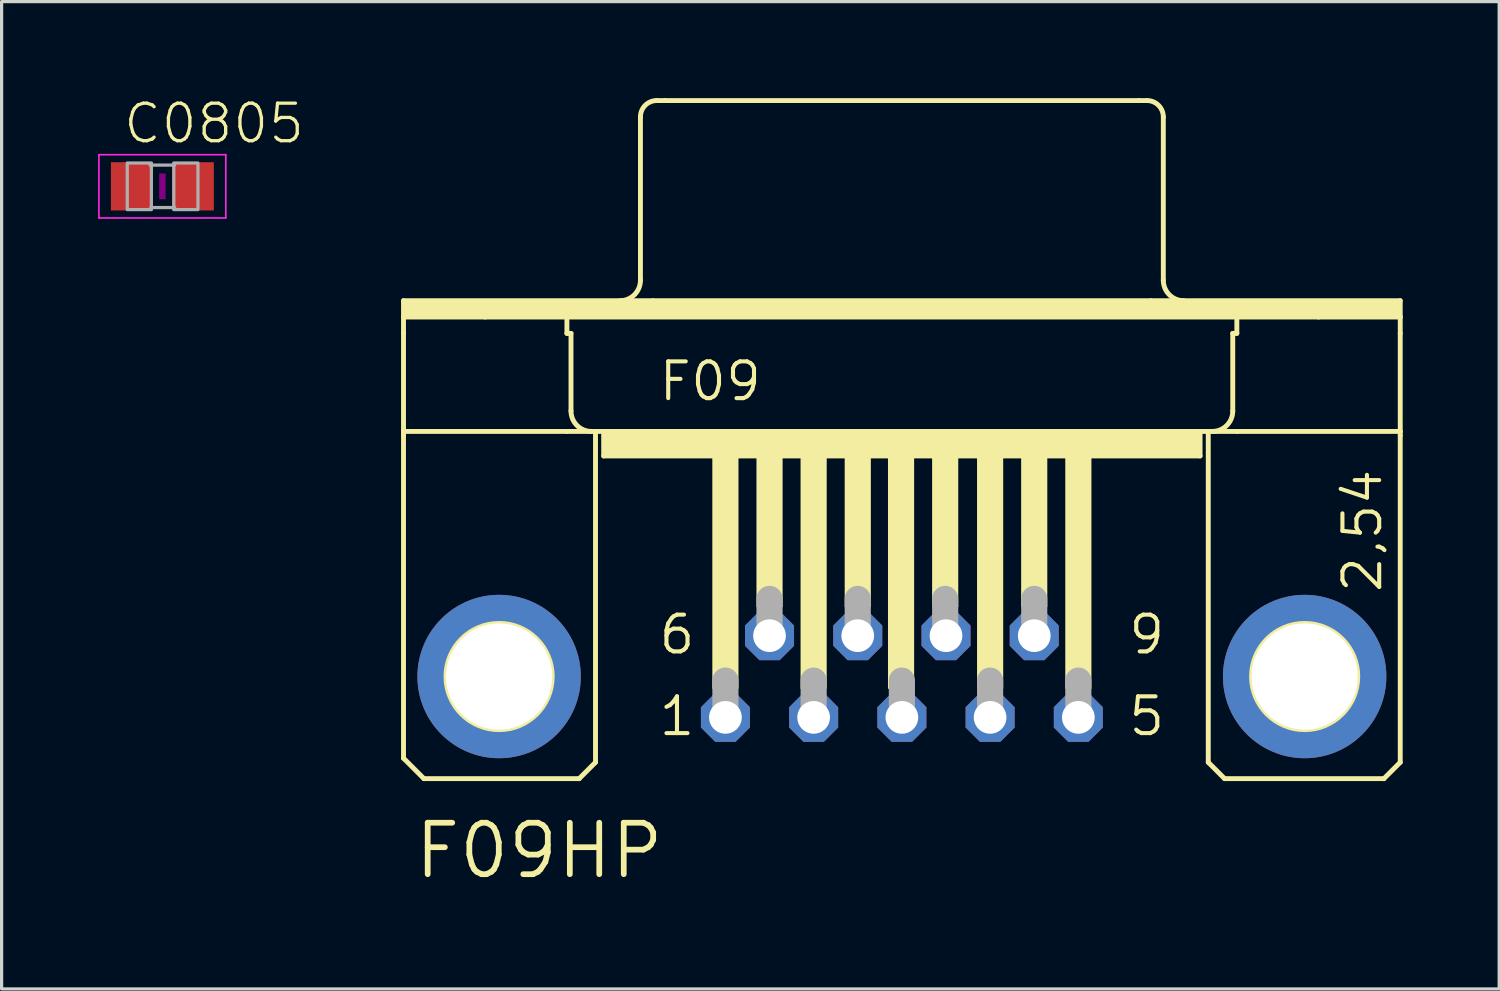
<source format=kicad_pcb>
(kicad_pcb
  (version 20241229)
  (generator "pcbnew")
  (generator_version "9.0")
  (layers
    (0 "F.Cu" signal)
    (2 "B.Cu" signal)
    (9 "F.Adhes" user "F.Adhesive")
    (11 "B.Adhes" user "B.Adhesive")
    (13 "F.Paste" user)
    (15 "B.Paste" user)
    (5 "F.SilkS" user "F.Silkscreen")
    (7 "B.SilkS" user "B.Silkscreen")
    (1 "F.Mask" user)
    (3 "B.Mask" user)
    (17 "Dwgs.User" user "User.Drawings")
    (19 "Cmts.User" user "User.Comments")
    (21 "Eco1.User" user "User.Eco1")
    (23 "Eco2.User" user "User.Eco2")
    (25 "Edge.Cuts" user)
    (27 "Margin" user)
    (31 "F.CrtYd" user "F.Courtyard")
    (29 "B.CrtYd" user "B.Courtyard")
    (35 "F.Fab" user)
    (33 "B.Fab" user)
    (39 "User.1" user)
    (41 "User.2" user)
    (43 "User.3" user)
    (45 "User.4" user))
  (footprint "F09HP"
    (layer "F.Cu")
    (at 24.989 17.983)
    (property "Reference" "F09HP" (at -15.24 6.35 0) (unlocked yes) (layer "F.SilkS") (effects (font (size 1.6 1.6) (thickness 0.178)) (justify left bottom)))
    (fp_line (start -15.494 -11.684) (end -7.747 -11.684) (stroke (width 0.152) (type solid)) (layer "F.SilkS"))
    (fp_line (start -15.494 -11.176) (end -15.494 -11.684) (stroke (width 0.152) (type solid)) (layer "F.SilkS"))
    (fp_line (start -15.494 -11.176) (end -12.954 -11.176) (stroke (width 0.152) (type solid)) (layer "F.SilkS"))
    (fp_line (start -15.494 -10.668) (end -15.494 -11.176) (stroke (width 0.152) (type solid)) (layer "F.SilkS"))
    (fp_line (start -15.494 -7.62) (end -15.494 -10.668) (stroke (width 0.152) (type solid)) (layer "F.SilkS"))
    (fp_line (start -15.494 -7.62) (end -15.494 -7.493) (stroke (width 0.152) (type solid)) (layer "F.SilkS"))
    (fp_line (start -15.494 -7.62) (end -10.414 -7.62) (stroke (width 0.152) (type solid)) (layer "F.SilkS"))
    (fp_line (start -15.494 2.54) (end -15.494 -7.493) (stroke (width 0.152) (type solid)) (layer "F.SilkS"))
    (fp_line (start -14.859 3.175) (end -15.494 2.54) (stroke (width 0.152) (type solid)) (layer "F.SilkS"))
    (fp_line (start -12.954 -11.176) (end -10.414 -11.176) (stroke (width 0.152) (type solid)) (layer "F.SilkS"))
    (fp_line (start -10.414 -11.176) (end 10.414 -11.176) (stroke (width 0.152) (type solid)) (layer "F.SilkS"))
    (fp_line (start -10.414 -10.668) (end -10.414 -11.176) (stroke (width 0.152) (type solid)) (layer "F.SilkS"))
    (fp_line (start -10.414 -10.668) (end -10.287 -10.668) (stroke (width 0.152) (type solid)) (layer "F.SilkS"))
    (fp_line (start -10.414 -7.62) (end -9.525 -7.62) (stroke (width 0.152) (type solid)) (layer "F.SilkS"))
    (fp_line (start -10.287 -8.255) (end -10.287 -10.668) (stroke (width 0.152) (type solid)) (layer "F.SilkS"))
    (fp_line (start -10.033 3.175) (end -14.859 3.175) (stroke (width 0.152) (type solid)) (layer "F.SilkS"))
    (fp_line (start -10.033 3.175) (end -9.525 2.667) (stroke (width 0.152) (type solid)) (layer "F.SilkS"))
    (fp_line (start -9.525 -7.62) (end -9.271 -7.62) (stroke (width 0.152) (type solid)) (layer "F.SilkS"))
    (fp_line (start -9.525 2.667) (end -9.525 -7.62) (stroke (width 0.152) (type solid)) (layer "F.SilkS"))
    (fp_line (start -9.271 -7.62) (end -9.271 -6.858) (stroke (width 0.152) (type solid)) (layer "F.SilkS"))
    (fp_line (start -9.271 -7.62) (end 9.271 -7.62) (stroke (width 0.152) (type solid)) (layer "F.SilkS"))
    (fp_line (start -9.271 -6.858) (end 9.271 -6.858) (stroke (width 0.152) (type solid)) (layer "F.SilkS"))
    (fp_line (start -8.128 -12.319) (end -8.128 -17.399) (stroke (width 0.152) (type solid)) (layer "F.SilkS"))
    (fp_line (start -7.747 -11.684) (end 7.747 -11.684) (stroke (width 0.152) (type solid)) (layer "F.SilkS"))
    (fp_line (start -7.62 -17.907) (end -7.366 -17.907) (stroke (width 0.152) (type solid)) (layer "F.SilkS"))
    (fp_line (start -7.366 -17.907) (end 7.366 -17.907) (stroke (width 0.152) (type solid)) (layer "F.SilkS"))
    (fp_line (start 7.366 -17.907) (end 7.62 -17.907) (stroke (width 0.152) (type solid)) (layer "F.SilkS"))
    (fp_line (start 7.747 -11.684) (end 15.494 -11.684) (stroke (width 0.152) (type solid)) (layer "F.SilkS"))
    (fp_line (start 8.128 -12.319) (end 8.128 -17.399) (stroke (width 0.152) (type solid)) (layer "F.SilkS"))
    (fp_line (start 9.271 -7.62) (end 9.271 -6.858) (stroke (width 0.152) (type solid)) (layer "F.SilkS"))
    (fp_line (start 9.271 -7.62) (end 9.525 -7.62) (stroke (width 0.152) (type solid)) (layer "F.SilkS"))
    (fp_line (start 9.525 -7.62) (end 10.414 -7.62) (stroke (width 0.152) (type solid)) (layer "F.SilkS"))
    (fp_line (start 9.525 2.667) (end 9.525 -7.62) (stroke (width 0.152) (type solid)) (layer "F.SilkS"))
    (fp_line (start 9.525 2.667) (end 10.033 3.175) (stroke (width 0.152) (type solid)) (layer "F.SilkS"))
    (fp_line (start 10.033 3.175) (end 14.986 3.175) (stroke (width 0.152) (type solid)) (layer "F.SilkS"))
    (fp_line (start 10.287 -10.668) (end 10.414 -10.668) (stroke (width 0.152) (type solid)) (layer "F.SilkS"))
    (fp_line (start 10.287 -8.255) (end 10.287 -10.668) (stroke (width 0.152) (type solid)) (layer "F.SilkS"))
    (fp_line (start 10.414 -11.176) (end 12.954 -11.176) (stroke (width 0.152) (type solid)) (layer "F.SilkS"))
    (fp_line (start 10.414 -10.668) (end 10.414 -11.176) (stroke (width 0.152) (type solid)) (layer "F.SilkS"))
    (fp_line (start 10.414 -7.62) (end 15.494 -7.62) (stroke (width 0.152) (type solid)) (layer "F.SilkS"))
    (fp_line (start 12.954 -11.176) (end 15.494 -11.176) (stroke (width 0.152) (type solid)) (layer "F.SilkS"))
    (fp_line (start 14.986 3.175) (end 15.494 2.667) (stroke (width 0.152) (type solid)) (layer "F.SilkS"))
    (fp_line (start 15.494 -11.684) (end 15.494 -11.176) (stroke (width 0.152) (type solid)) (layer "F.SilkS"))
    (fp_line (start 15.494 -11.176) (end 15.494 -10.668) (stroke (width 0.152) (type solid)) (layer "F.SilkS"))
    (fp_line (start 15.494 -10.668) (end 15.494 -7.62) (stroke (width 0.152) (type solid)) (layer "F.SilkS"))
    (fp_line (start 15.494 -7.62) (end 15.494 -7.493) (stroke (width 0.152) (type solid)) (layer "F.SilkS"))
    (fp_line (start 15.494 2.667) (end 15.494 -7.493) (stroke (width 0.152) (type solid)) (layer "F.SilkS"))
    (fp_arc (start -9.652 -7.62) (mid -10.101013 -7.805987) (end -10.287 -8.255) (stroke (width 0.1524) (type solid)) (layer "F.SilkS"))
    (fp_arc (start -8.128 -17.399) (mid -7.97921 -17.75821) (end -7.62 -17.907) (stroke (width 0.1524) (type solid)) (layer "F.SilkS"))
    (fp_arc (start -8.128 -12.319) (mid -8.313987 -11.869987) (end -8.763 -11.684) (stroke (width 0.1524) (type solid)) (layer "F.SilkS"))
    (fp_arc (start 7.62 -17.907) (mid 7.97921 -17.75821) (end 8.128 -17.399) (stroke (width 0.1524) (type solid)) (layer "F.SilkS"))
    (fp_arc (start 8.763 -11.684) (mid 8.313987 -11.869987) (end 8.128 -12.319) (stroke (width 0.1524) (type solid)) (layer "F.SilkS"))
    (fp_arc (start 10.287 -8.255) (mid 10.101013 -7.805987) (end 9.652 -7.62) (stroke (width 0.1524) (type solid)) (layer "F.SilkS"))
    (fp_circle (center -12.522 0) (end -10.871 0) (stroke (width 0.152) (type solid)) (fill no) (layer "F.SilkS"))
    (fp_circle (center 12.522 0) (end 14.173 0) (stroke (width 0.152) (type solid)) (fill no) (layer "F.SilkS"))
    (fp_poly (pts (xy -15.494 -11.176) (xy 15.494 -11.176) (xy 15.494 -11.684) (xy -15.494 -11.684)) (stroke (width 0) (type default)) (fill yes) (layer "F.SilkS"))
    (fp_poly (pts (xy -9.271 -6.858) (xy 9.271 -6.858) (xy 9.271 -7.62) (xy -9.271 -7.62)) (stroke (width 0) (type default)) (fill yes) (layer "F.SilkS"))
    (fp_poly (pts (xy -5.893 0.381) (xy -5.08 0.381) (xy -5.08 -6.858) (xy -5.893 -6.858)) (stroke (width 0) (type default)) (fill yes) (layer "F.SilkS"))
    (fp_poly (pts (xy -4.521 -2.159) (xy -3.708 -2.159) (xy -3.708 -6.858) (xy -4.521 -6.858)) (stroke (width 0) (type default)) (fill yes) (layer "F.SilkS"))
    (fp_poly (pts (xy -3.15 0.381) (xy -2.337 0.381) (xy -2.337 -6.858) (xy -3.15 -6.858)) (stroke (width 0) (type default)) (fill yes) (layer "F.SilkS"))
    (fp_poly (pts (xy -1.778 -2.159) (xy -0.965 -2.159) (xy -0.965 -6.858) (xy -1.778 -6.858)) (stroke (width 0) (type default)) (fill yes) (layer "F.SilkS"))
    (fp_poly (pts (xy -0.432 0.381) (xy 0.381 0.381) (xy 0.381 -6.858) (xy -0.432 -6.858)) (stroke (width 0) (type default)) (fill yes) (layer "F.SilkS"))
    (fp_poly (pts (xy 0.94 -2.159) (xy 1.753 -2.159) (xy 1.753 -6.858) (xy 0.94 -6.858)) (stroke (width 0) (type default)) (fill yes) (layer "F.SilkS"))
    (fp_poly (pts (xy 2.337 0.381) (xy 3.15 0.381) (xy 3.15 -6.858) (xy 2.337 -6.858)) (stroke (width 0) (type default)) (fill yes) (layer "F.SilkS"))
    (fp_poly (pts (xy 3.708 -2.159) (xy 4.521 -2.159) (xy 4.521 -6.858) (xy 3.708 -6.858)) (stroke (width 0) (type default)) (fill yes) (layer "F.SilkS"))
    (fp_poly (pts (xy 5.08 0.381) (xy 5.893 0.381) (xy 5.893 -6.858) (xy 5.08 -6.858)) (stroke (width 0) (type default)) (fill yes) (layer "F.SilkS"))
    (fp_line (start -5.486 1.143) (end -5.486 0.127) (stroke (width 0.813) (type solid)) (layer "F.Fab"))
    (fp_line (start -4.115 -1.397) (end -4.115 -2.413) (stroke (width 0.813) (type solid)) (layer "F.Fab"))
    (fp_line (start -2.743 1.143) (end -2.743 0.127) (stroke (width 0.813) (type solid)) (layer "F.Fab"))
    (fp_line (start -1.372 -1.397) (end -1.372 -2.413) (stroke (width 0.813) (type solid)) (layer "F.Fab"))
    (fp_line (start 0 1.143) (end 0 0.127) (stroke (width 0.813) (type solid)) (layer "F.Fab"))
    (fp_line (start 1.346 -1.397) (end 1.346 -2.413) (stroke (width 0.813) (type solid)) (layer "F.Fab"))
    (fp_line (start 2.743 1.143) (end 2.743 0.127) (stroke (width 0.813) (type solid)) (layer "F.Fab"))
    (fp_line (start 4.115 -1.397) (end 4.115 -2.413) (stroke (width 0.813) (type solid)) (layer "F.Fab"))
    (fp_line (start 5.486 1.143) (end 5.486 0.127) (stroke (width 0.813) (type solid)) (layer "F.Fab"))
    (fp_text user "6" (at -7.62 -0.635 0) (unlocked yes) (layer "F.SilkS") (effects (font (size 1.143 1.143) (thickness 0.127)) (justify left bottom)))
    (fp_text user "2,54" (at 14.986 -2.54 90) (unlocked yes) (layer "F.SilkS") (effects (font (size 1.143 1.143) (thickness 0.127)) (justify left bottom)))
    (fp_text user "1" (at -7.62 1.905 0) (unlocked yes) (layer "F.SilkS") (effects (font (size 1.143 1.143) (thickness 0.127)) (justify left bottom)))
    (fp_text user "F09" (at -7.62 -8.509 0) (unlocked yes) (layer "F.SilkS") (effects (font (size 1.143 1.143) (thickness 0.127)) (justify left bottom)))
    (fp_text user "5" (at 6.985 1.905 0) (unlocked yes) (layer "F.SilkS") (effects (font (size 1.143 1.143) (thickness 0.127)) (justify left bottom)))
    (fp_text user "9" (at 6.985 -0.635 0) (unlocked yes) (layer "F.SilkS") (effects (font (size 1.143 1.143) (thickness 0.127)) (justify left bottom)))
    (pad "1" thru_hole roundrect (at -5.486 1.27) (size 1.524 1.524) (drill 1.016) (layers "*.Cu" "*.Mask") (roundrect_rratio 0.25) (chamfer_ratio 0.293) (chamfer top_left top_right bottom_left bottom_right))
    (pad "2" thru_hole roundrect (at -2.743 1.27) (size 1.524 1.524) (drill 1.016) (layers "*.Cu" "*.Mask") (roundrect_rratio 0.25) (chamfer_ratio 0.293) (chamfer top_left top_right bottom_left bottom_right))
    (pad "3" thru_hole roundrect (at 0 1.27) (size 1.524 1.524) (drill 1.016) (layers "*.Cu" "*.Mask") (roundrect_rratio 0.25) (chamfer_ratio 0.293) (chamfer top_left top_right bottom_left bottom_right))
    (pad "4" thru_hole roundrect (at 2.743 1.27) (size 1.524 1.524) (drill 1.016) (layers "*.Cu" "*.Mask") (roundrect_rratio 0.25) (chamfer_ratio 0.293) (chamfer top_left top_right bottom_left bottom_right))
    (pad "5" thru_hole roundrect (at 5.486 1.27) (size 1.524 1.524) (drill 1.016) (layers "*.Cu" "*.Mask") (roundrect_rratio 0.25) (chamfer_ratio 0.293) (chamfer top_left top_right bottom_left bottom_right))
    (pad "6" thru_hole roundrect (at -4.115 -1.27) (size 1.524 1.524) (drill 1.016) (layers "*.Cu" "*.Mask") (roundrect_rratio 0.25) (chamfer_ratio 0.293) (chamfer top_left top_right bottom_left bottom_right))
    (pad "7" thru_hole roundrect (at -1.372 -1.27) (size 1.524 1.524) (drill 1.016) (layers "*.Cu" "*.Mask") (roundrect_rratio 0.25) (chamfer_ratio 0.293) (chamfer top_left top_right bottom_left bottom_right))
    (pad "8" thru_hole roundrect (at 1.372 -1.27) (size 1.524 1.524) (drill 1.016) (layers "*.Cu" "*.Mask") (roundrect_rratio 0.25) (chamfer_ratio 0.293) (chamfer top_left top_right bottom_left bottom_right))
    (pad "9" thru_hole roundrect (at 4.115 -1.27) (size 1.524 1.524) (drill 1.016) (layers "*.Cu" "*.Mask") (roundrect_rratio 0.25) (chamfer_ratio 0.293) (chamfer top_left top_right bottom_left bottom_right))
    (pad "G1" thru_hole circle (at -12.522 0) (size 5.08 5.08) (drill 3.302) (layers "*.Cu" "*.Mask"))
    (pad "G2" thru_hole circle (at 12.522 0) (size 5.08 5.08) (drill 3.302) (layers "*.Cu" "*.Mask")))
  (footprint "C0805"
    (layer "F.Cu")
    (at 1.998 2.743)
    (property "Reference" "C0805" (at -1.27 -1.27 0) (unlocked yes) (layer "F.SilkS") (effects (font (size 1.168 1.168) (thickness 0.102)) (justify left bottom)))
    (fp_poly (pts (xy -0.1 0.4) (xy 0.1 0.4) (xy 0.1 -0.4) (xy -0.1 -0.4)) (stroke (width 0) (type default)) (fill yes) (layer "F.Adhes"))
    (fp_line (start -1.973 -0.983) (end 1.973 -0.983) (stroke (width 0.051) (type solid)) (layer "F.CrtYd"))
    (fp_line (start -1.973 0.983) (end -1.973 -0.983) (stroke (width 0.051) (type solid)) (layer "F.CrtYd"))
    (fp_line (start 1.973 -0.983) (end 1.973 0.983) (stroke (width 0.051) (type solid)) (layer "F.CrtYd"))
    (fp_line (start 1.973 0.983) (end -1.973 0.983) (stroke (width 0.051) (type solid)) (layer "F.CrtYd"))
    (fp_line (start -0.381 -0.66) (end 0.381 -0.66) (stroke (width 0.102) (type solid)) (layer "F.Fab"))
    (fp_line (start -0.356 0.66) (end 0.381 0.66) (stroke (width 0.102) (type solid)) (layer "F.Fab"))
    (fp_poly (pts (xy -1.092 0.724) (xy -0.342 0.724) (xy -0.342 -0.726) (xy -1.092 -0.726)) (stroke (width 0.1) (type default)) (fill no) (layer "F.Fab"))
    (fp_poly (pts (xy 0.356 0.724) (xy 1.106 0.724) (xy 1.106 -0.726) (xy 0.356 -0.726)) (stroke (width 0.1) (type default)) (fill no) (layer "F.Fab"))
    (pad "1" smd rect (at -0.95 0) (size 1.3 1.5) (layers "F.Cu" "F.Mask" "F.Paste"))
    (pad "2" smd rect (at 0.95 0) (size 1.3 1.5) (layers "F.Cu" "F.Mask" "F.Paste")))
  (gr_rect
    (start -3 -3)
    (end 43.559 27.696)
    (stroke (width 0.1) (type default))
    (fill no)
    (layer "Edge.Cuts")))
</source>
